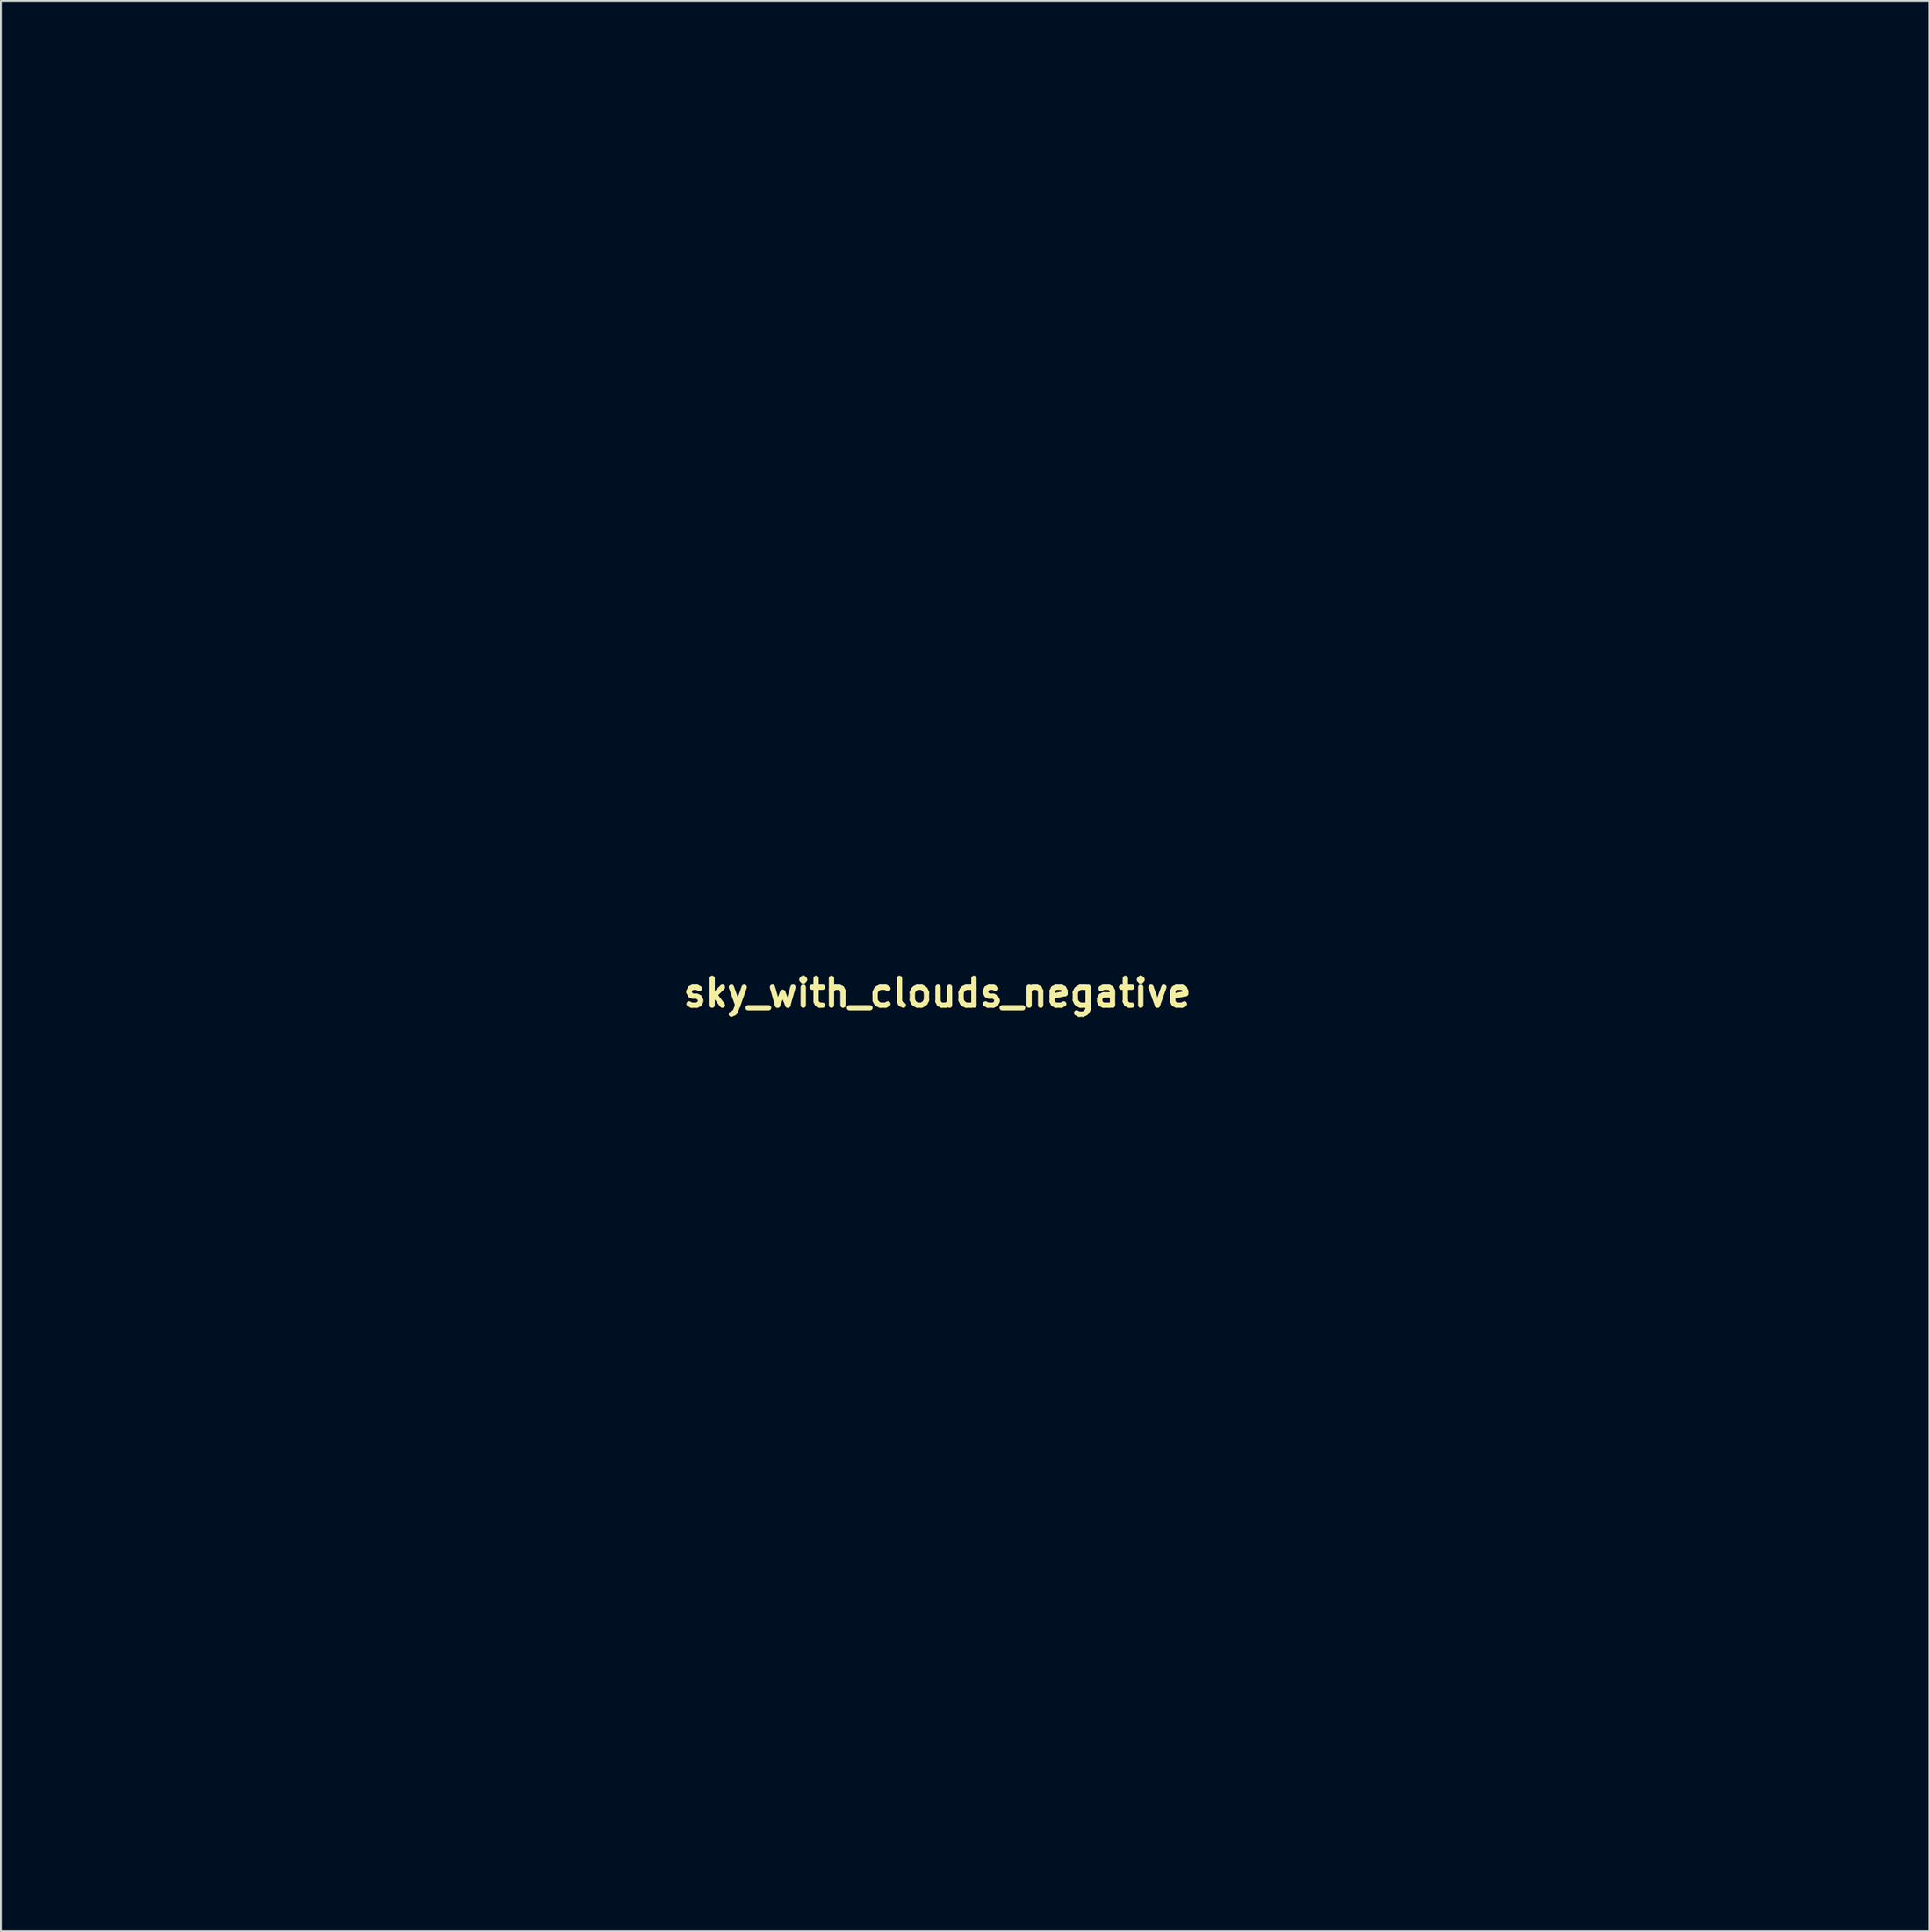
<source format=kicad_pcb>
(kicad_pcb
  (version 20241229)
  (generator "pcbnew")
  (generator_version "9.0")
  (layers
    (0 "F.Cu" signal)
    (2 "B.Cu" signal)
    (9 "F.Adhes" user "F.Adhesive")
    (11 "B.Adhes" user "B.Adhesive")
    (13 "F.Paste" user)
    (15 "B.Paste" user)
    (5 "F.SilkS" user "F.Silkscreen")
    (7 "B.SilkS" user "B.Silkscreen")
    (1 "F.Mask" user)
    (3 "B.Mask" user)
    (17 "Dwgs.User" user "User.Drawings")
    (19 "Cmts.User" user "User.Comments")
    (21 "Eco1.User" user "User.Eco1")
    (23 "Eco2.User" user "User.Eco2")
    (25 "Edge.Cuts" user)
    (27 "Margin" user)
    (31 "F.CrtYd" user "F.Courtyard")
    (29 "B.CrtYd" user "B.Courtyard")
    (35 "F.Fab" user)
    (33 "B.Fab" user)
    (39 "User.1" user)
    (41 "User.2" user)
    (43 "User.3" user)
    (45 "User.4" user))
  (footprint "sky_with_clouds_negative"
    (layer "F.Cu")
    (at 49.958 53.09)
    (property "Reference" "sky_with_clouds_negative" (at 0 0 0) (layer "F.SilkS") (effects (font (size 1.524 1.524) (thickness 0.3))))
    (attr through_hole)
    (fp_poly (pts (xy -47.127 -48.478) (xy -46.684 -48.343) (xy -46.266 -48.065) (xy -45.942 -47.745) (xy -45.746 -47.534) (xy -45.597 -47.384) (xy -45.527 -47.329) (xy -45.485 -47.401) (xy -45.438 -47.577) (xy -45.437 -47.58) (xy -45.328 -47.799) (xy -45.11 -47.9) (xy -44.78 -47.882) (xy -44.336 -47.746) (xy -43.774 -47.492) (xy -43.653 -47.43) (xy -43.076 -47.063) (xy -42.568 -46.613) (xy -42.171 -46.119) (xy -42.034 -45.884) (xy -41.903 -45.636) (xy -41.806 -45.514) (xy -41.702 -45.489) (xy -41.552 -45.537) (xy -41.529 -45.546) (xy -41.299 -45.557) (xy -41.129 -45.496) (xy -40.941 -45.351) (xy -40.709 -45.101) (xy -40.466 -44.791) (xy -40.249 -44.467) (xy -40.092 -44.172) (xy -40.083 -44.151) (xy -39.978 -43.715) (xy -40.001 -43.265) (xy -40.14 -42.845) (xy -40.383 -42.501) (xy -40.572 -42.349) (xy -40.796 -42.235) (xy -40.992 -42.216) (xy -41.183 -42.257) (xy -41.4 -42.301) (xy -41.541 -42.3) (xy -41.557 -42.291) (xy -41.588 -42.182) (xy -41.609 -41.961) (xy -41.613 -41.795) (xy -41.634 -41.488) (xy -41.718 -41.253) (xy -41.891 -41.003) (xy -42.28 -40.597) (xy -42.702 -40.309) (xy -43.127 -40.157) (xy -43.343 -40.138) (xy -43.67 -40.17) (xy -43.993 -40.242) (xy -44.056 -40.263) (xy -44.335 -40.401) (xy -44.616 -40.591) (xy -44.673 -40.638) (xy -44.857 -40.791) (xy -44.986 -40.883) (xy -45.013 -40.894) (xy -45.101 -40.843) (xy -45.266 -40.713) (xy -45.363 -40.63) (xy -45.515 -40.503) (xy -45.646 -40.428) (xy -45.804 -40.393) (xy -46.037 -40.39) (xy -46.39 -40.407) (xy -46.991 -40.484) (xy -47.669 -40.645) (xy -48.363 -40.871) (xy -49.015 -41.146) (xy -49.125 -41.2) (xy -49.397 -41.317) (xy -49.644 -41.39) (xy -49.739 -41.402) (xy -49.953 -41.402) (xy -49.953 -43.85) (xy -49.952 -44.598) (xy -49.946 -45.191) (xy -49.936 -45.643) (xy -49.921 -45.969) (xy -49.901 -46.185) (xy -49.874 -46.303) (xy -49.847 -46.337) (xy -49.784 -46.394) (xy -49.847 -46.488) (xy -49.915 -46.641) (xy -49.948 -46.879) (xy -49.949 -46.943) (xy -49.937 -47.125) (xy -49.887 -47.265) (xy -49.768 -47.403) (xy -49.552 -47.579) (xy -49.42 -47.678) (xy -48.928 -48.022) (xy -48.504 -48.257) (xy -48.107 -48.403) (xy -47.692 -48.48) (xy -47.63 -48.487) (xy -47.127 -48.478)) (stroke (width 0.01) (type solid)) (fill yes) (layer "F.Mask"))
    (fp_poly (pts (xy -49.897 -41.035) (xy -49.887 -40.935) (xy -49.897 -40.922) (xy -49.947 -40.934) (xy -49.953 -40.979) (xy -49.922 -41.048) (xy -49.897 -41.035)) (stroke (width 0.01) (type solid)) (fill no) (layer "Eco2.User"))
    (fp_poly (pts (xy 49.456 49.579) (xy 49.763 49.614) (xy 49.938 49.654) (xy 50.017 49.714) (xy 50.038 49.812) (xy 50.038 49.837) (xy 50.038 50.038) (xy 48.895 50.038) (xy 48.437 50.032) (xy 48.078 50.016) (xy 47.843 49.991) (xy 47.752 49.958) (xy 47.752 49.956) (xy 47.831 49.838) (xy 48.043 49.732) (xy 48.353 49.646) (xy 48.725 49.588) (xy 49.124 49.565) (xy 49.456 49.579)) (stroke (width 0.01) (type solid)) (fill no) (layer "Eco2.User"))
    (fp_poly (pts (xy -49.636 -1.4) (xy -49.046 -1.216) (xy -48.507 -0.905) (xy -48.053 -0.495) (xy -47.721 -0.011) (xy -47.667 0.104) (xy -47.562 0.389) (xy -47.512 0.658) (xy -47.508 0.986) (xy -47.518 1.161) (xy -47.529 1.459) (xy -47.524 1.678) (xy -47.503 1.776) (xy -47.498 1.778) (xy -47.404 1.722) (xy -47.286 1.609) (xy -47.058 1.462) (xy -46.793 1.47) (xy -46.502 1.627) (xy -46.197 1.925) (xy -45.891 2.358) (xy -45.87 2.394) (xy -45.68 2.732) (xy -45.567 2.999) (xy -45.509 3.261) (xy -45.486 3.551) (xy -45.525 4.095) (xy -45.695 4.537) (xy -45.989 4.869) (xy -46.399 5.084) (xy -46.805 5.164) (xy -47.286 5.207) (xy -47.286 5.6) (xy -47.341 5.969) (xy -47.52 6.251) (xy -47.844 6.481) (xy -47.863 6.491) (xy -48.091 6.576) (xy -48.43 6.667) (xy -48.825 6.751) (xy -49.219 6.817) (xy -49.554 6.854) (xy -49.664 6.858) (xy -49.953 6.858) (xy -49.953 -1.458) (xy -49.636 -1.4)) (stroke (width 0.01) (type solid)) (fill no) (layer "Eco2.User"))
    (fp_poly (pts (xy 44.22 47.316) (xy 44.618 47.456) (xy 45.1 47.707) (xy 45.636 48.051) (xy 46.199 48.471) (xy 46.62 48.823) (xy 46.884 49.061) (xy 47.045 49.231) (xy 47.126 49.374) (xy 47.156 49.53) (xy 47.159 49.667) (xy 47.159 50.038) (xy 42.206 50.038) (xy 41.167 50.038) (xy 40.285 50.037) (xy 39.546 50.036) (xy 38.938 50.033) (xy 38.448 50.028) (xy 38.064 50.021) (xy 37.773 50.012) (xy 37.561 49.999) (xy 37.417 49.983) (xy 37.326 49.962) (xy 37.277 49.937) (xy 37.257 49.908) (xy 37.253 49.872) (xy 37.253 49.866) (xy 37.3 49.657) (xy 37.425 49.359) (xy 37.604 49.02) (xy 37.813 48.687) (xy 37.976 48.466) (xy 38.339 48.113) (xy 38.773 47.841) (xy 39.239 47.663) (xy 39.7 47.591) (xy 40.117 47.637) (xy 40.295 47.707) (xy 40.473 47.823) (xy 40.578 47.973) (xy 40.63 48.202) (xy 40.647 48.542) (xy 40.654 48.788) (xy 40.671 48.885) (xy 40.709 48.851) (xy 40.753 48.759) (xy 40.861 48.574) (xy 41.036 48.324) (xy 41.184 48.134) (xy 41.635 47.715) (xy 42.187 47.42) (xy 42.821 47.252) (xy 43.517 47.218) (xy 44.22 47.316)) (stroke (width 0.01) (type solid)) (fill no) (layer "Eco2.User"))
    (fp_poly (pts (xy 13.883 -49.952) (xy 14.862 -49.949) (xy 15.683 -49.943) (xy 16.355 -49.935) (xy 16.883 -49.924) (xy 17.274 -49.911) (xy 17.535 -49.894) (xy 17.671 -49.875) (xy 17.695 -49.861) (xy 17.633 -49.676) (xy 17.465 -49.422) (xy 17.222 -49.131) (xy 16.933 -48.835) (xy 16.63 -48.566) (xy 16.342 -48.357) (xy 16.238 -48.297) (xy 15.858 -48.133) (xy 15.557 -48.094) (xy 15.293 -48.185) (xy 15.024 -48.411) (xy 14.968 -48.472) (xy 14.774 -48.673) (xy 14.62 -48.811) (xy 14.55 -48.853) (xy 14.505 -48.778) (xy 14.48 -48.59) (xy 14.478 -48.517) (xy 14.429 -48.157) (xy 14.298 -47.736) (xy 14.113 -47.323) (xy 13.923 -47.02) (xy 13.687 -46.802) (xy 13.327 -46.623) (xy 13.194 -46.575) (xy 12.905 -46.491) (xy 12.614 -46.438) (xy 12.283 -46.417) (xy 11.874 -46.424) (xy 11.348 -46.457) (xy 11.134 -46.475) (xy 10.683 -46.543) (xy 10.331 -46.682) (xy 10.011 -46.924) (xy 9.832 -47.104) (xy 9.686 -47.325) (xy 9.676 -47.556) (xy 9.676 -47.556) (xy 9.687 -47.832) (xy 9.581 -48.002) (xy 9.343 -48.08) (xy 9.154 -48.091) (xy 8.71 -48.169) (xy 8.329 -48.387) (xy 8.033 -48.719) (xy 7.846 -49.14) (xy 7.791 -49.551) (xy 7.789 -49.953) (xy 12.742 -49.953) (xy 13.883 -49.952)) (stroke (width 0.01) (type solid)) (fill no) (layer "Eco2.User"))
    (fp_poly (pts (xy -5.65 21.995) (xy -5.201 22.161) (xy -4.824 22.419) (xy -4.548 22.758) (xy -4.399 23.167) (xy -4.393 23.21) (xy -4.353 23.425) (xy -4.277 23.52) (xy -4.113 23.544) (xy -4.042 23.545) (xy -3.511 23.607) (xy -3.062 23.803) (xy -2.677 24.124) (xy -2.336 24.59) (xy -2.107 25.143) (xy -1.997 25.741) (xy -2.012 26.341) (xy -2.159 26.9) (xy -2.223 27.04) (xy -2.588 27.639) (xy -3 28.091) (xy -3.401 28.364) (xy -3.739 28.487) (xy -4.005 28.469) (xy -4.228 28.303) (xy -4.333 28.163) (xy -4.483 27.984) (xy -4.597 27.965) (xy -4.68 28.11) (xy -4.734 28.419) (xy -4.735 28.426) (xy -4.869 29.025) (xy -5.134 29.524) (xy -5.527 29.914) (xy -5.59 29.958) (xy -5.908 30.129) (xy -6.251 30.215) (xy -6.657 30.219) (xy -7.164 30.144) (xy -7.335 30.109) (xy -7.845 29.958) (xy -8.206 29.757) (xy -8.431 29.49) (xy -8.537 29.144) (xy -8.549 28.99) (xy -8.561 28.582) (xy -8.9 28.535) (xy -9.283 28.445) (xy -9.555 28.276) (xy -9.768 27.995) (xy -9.808 27.923) (xy -9.923 27.649) (xy -9.981 27.342) (xy -9.995 26.962) (xy -9.984 26.629) (xy -9.941 26.359) (xy -9.848 26.086) (xy -9.688 25.739) (xy -9.675 25.713) (xy -9.413 25.258) (xy -9.161 24.972) (xy -8.917 24.854) (xy -8.693 24.896) (xy -8.548 24.966) (xy -8.494 24.984) (xy -8.473 24.906) (xy -8.447 24.698) (xy -8.422 24.399) (xy -8.414 24.281) (xy -8.312 23.599) (xy -8.095 23.037) (xy -7.757 22.585) (xy -7.292 22.233) (xy -7.146 22.154) (xy -6.65 21.98) (xy -6.142 21.931) (xy -5.65 21.995)) (stroke (width 0.01) (type solid)) (fill no) (layer "Eco2.User"))
    (fp_poly (pts (xy -25.968 -36.166) (xy -25.464 -35.953) (xy -25.021 -35.599) (xy -24.701 -35.21) (xy -24.495 -34.78) (xy -24.386 -34.265) (xy -24.359 -33.868) (xy -24.339 -33.494) (xy -24.297 -33.274) (xy -24.225 -33.194) (xy -24.118 -33.24) (xy -24.065 -33.289) (xy -23.903 -33.348) (xy -23.699 -33.268) (xy -23.475 -33.069) (xy -23.248 -32.77) (xy -23.038 -32.391) (xy -22.945 -32.176) (xy -22.784 -31.608) (xy -22.747 -31.072) (xy -22.828 -30.589) (xy -23.019 -30.181) (xy -23.311 -29.87) (xy -23.697 -29.676) (xy -23.862 -29.639) (xy -24.047 -29.6) (xy -24.142 -29.529) (xy -24.182 -29.377) (xy -24.199 -29.167) (xy -24.289 -28.765) (xy -24.509 -28.45) (xy -24.865 -28.216) (xy -25.363 -28.06) (xy -25.955 -27.981) (xy -26.316 -27.961) (xy -26.573 -27.971) (xy -26.786 -28.021) (xy -27.019 -28.119) (xy -27.051 -28.134) (xy -27.387 -28.348) (xy -27.636 -28.64) (xy -27.819 -29.04) (xy -27.948 -29.549) (xy -28.013 -29.843) (xy -28.078 -30.072) (xy -28.126 -30.18) (xy -28.223 -30.177) (xy -28.385 -30.051) (xy -28.444 -29.99) (xy -28.734 -29.773) (xy -29.051 -29.72) (xy -29.39 -29.829) (xy -29.745 -30.098) (xy -30.074 -30.48) (xy -30.354 -30.87) (xy -30.543 -31.176) (xy -30.657 -31.444) (xy -30.714 -31.719) (xy -30.733 -32.046) (xy -30.734 -32.163) (xy -30.699 -32.752) (xy -30.584 -33.233) (xy -30.37 -33.653) (xy -30.038 -34.061) (xy -30.027 -34.072) (xy -29.791 -34.311) (xy -29.609 -34.454) (xy -29.427 -34.531) (xy -29.187 -34.574) (xy -29.083 -34.585) (xy -28.735 -34.627) (xy -28.522 -34.67) (xy -28.411 -34.73) (xy -28.37 -34.826) (xy -28.363 -34.952) (xy -28.284 -35.296) (xy -28.064 -35.615) (xy -27.733 -35.888) (xy -27.32 -36.094) (xy -26.854 -36.214) (xy -26.549 -36.235) (xy -25.968 -36.166)) (stroke (width 0.01) (type solid)) (fill no) (layer "Eco2.User"))
    (fp_poly (pts (xy 37.399 30.002) (xy 38.192 30.149) (xy 38.913 30.418) (xy 39.537 30.804) (xy 39.624 30.874) (xy 39.911 31.201) (xy 40.109 31.599) (xy 40.204 32.021) (xy 40.186 32.422) (xy 40.09 32.681) (xy 39.983 32.909) (xy 39.991 33.013) (xy 40.117 32.995) (xy 40.358 32.854) (xy 40.484 32.766) (xy 40.712 32.619) (xy 40.903 32.528) (xy 40.97 32.514) (xy 41.187 32.578) (xy 41.469 32.746) (xy 41.778 32.99) (xy 42.076 33.281) (xy 42.247 33.483) (xy 42.451 33.763) (xy 42.569 33.984) (xy 42.629 34.215) (xy 42.657 34.502) (xy 42.666 34.821) (xy 42.637 35.035) (xy 42.556 35.21) (xy 42.496 35.297) (xy 42.163 35.609) (xy 41.718 35.813) (xy 41.188 35.898) (xy 41.1 35.9) (xy 40.739 35.914) (xy 40.521 35.964) (xy 40.42 36.066) (xy 40.412 36.235) (xy 40.427 36.315) (xy 40.424 36.576) (xy 40.288 36.795) (xy 40.01 36.979) (xy 39.583 37.13) (xy 38.998 37.253) (xy 38.725 37.295) (xy 37.874 37.388) (xy 37.153 37.409) (xy 36.536 37.356) (xy 35.998 37.229) (xy 35.983 37.224) (xy 35.649 37.097) (xy 35.336 36.95) (xy 35.147 36.838) (xy 34.921 36.615) (xy 34.731 36.32) (xy 34.604 36.009) (xy 34.57 35.739) (xy 34.579 35.686) (xy 34.595 35.439) (xy 34.517 35.271) (xy 34.395 35.221) (xy 34.267 35.28) (xy 34.081 35.43) (xy 33.951 35.56) (xy 33.746 35.763) (xy 33.573 35.864) (xy 33.363 35.897) (xy 33.258 35.899) (xy 32.67 35.82) (xy 32.063 35.591) (xy 31.462 35.228) (xy 30.894 34.743) (xy 30.747 34.59) (xy 30.55 34.364) (xy 30.445 34.185) (xy 30.403 33.979) (xy 30.395 33.695) (xy 30.433 33.241) (xy 30.564 32.862) (xy 30.812 32.499) (xy 30.975 32.318) (xy 31.366 31.983) (xy 31.819 31.745) (xy 32.364 31.591) (xy 33.033 31.509) (xy 33.101 31.505) (xy 33.987 31.454) (xy 34.043 31.179) (xy 34.11 30.952) (xy 34.193 30.791) (xy 34.193 30.791) (xy 34.39 30.629) (xy 34.703 30.454) (xy 35.085 30.287) (xy 35.485 30.152) (xy 35.706 30.097) (xy 36.562 29.983) (xy 37.399 30.002)) (stroke (width 0.01) (type solid)) (fill no) (layer "Eco2.User"))
    (fp_poly (pts (xy 11.972 20.35) (xy 12.711 20.454) (xy 13.31 20.649) (xy 13.589 20.802) (xy 13.873 21.013) (xy 14.04 21.215) (xy 14.13 21.46) (xy 14.14 21.505) (xy 14.167 21.6) (xy 14.222 21.663) (xy 14.338 21.705) (xy 14.545 21.734) (xy 14.876 21.76) (xy 15.08 21.773) (xy 15.745 21.848) (xy 16.289 21.991) (xy 16.748 22.217) (xy 17.16 22.539) (xy 17.174 22.551) (xy 17.483 22.92) (xy 17.709 23.347) (xy 17.841 23.79) (xy 17.867 24.21) (xy 17.774 24.565) (xy 17.766 24.58) (xy 17.553 24.868) (xy 17.224 25.184) (xy 16.82 25.498) (xy 16.383 25.778) (xy 15.956 25.994) (xy 15.744 26.073) (xy 15.296 26.196) (xy 14.958 26.235) (xy 14.687 26.18) (xy 14.442 26.025) (xy 14.182 25.76) (xy 14.176 25.753) (xy 13.952 25.546) (xy 13.786 25.498) (xy 13.679 25.609) (xy 13.633 25.877) (xy 13.631 25.956) (xy 13.561 26.448) (xy 13.346 26.864) (xy 12.982 27.209) (xy 12.467 27.488) (xy 12.197 27.589) (xy 11.765 27.69) (xy 11.245 27.75) (xy 10.704 27.766) (xy 10.211 27.734) (xy 9.948 27.686) (xy 9.7 27.643) (xy 9.393 27.615) (xy 9.305 27.611) (xy 8.873 27.533) (xy 8.374 27.326) (xy 8.093 27.179) (xy 7.931 27.07) (xy 7.855 26.961) (xy 7.831 26.813) (xy 7.829 26.695) (xy 7.812 26.458) (xy 7.773 26.297) (xy 7.758 26.272) (xy 7.64 26.236) (xy 7.416 26.22) (xy 7.275 26.222) (xy 6.763 26.181) (xy 6.301 26.024) (xy 5.922 25.769) (xy 5.658 25.435) (xy 5.587 25.27) (xy 5.543 24.885) (xy 5.632 24.456) (xy 5.836 24.014) (xy 6.138 23.596) (xy 6.52 23.234) (xy 6.696 23.109) (xy 7.042 22.925) (xy 7.329 22.875) (xy 7.602 22.958) (xy 7.833 23.115) (xy 8.026 23.256) (xy 8.158 23.332) (xy 8.189 23.335) (xy 8.186 23.241) (xy 8.136 23.044) (xy 8.098 22.925) (xy 8.023 22.454) (xy 8.099 21.979) (xy 8.313 21.534) (xy 8.652 21.156) (xy 8.784 21.056) (xy 9.273 20.752) (xy 9.74 20.544) (xy 10.24 20.416) (xy 10.828 20.35) (xy 11.091 20.337) (xy 11.972 20.35)) (stroke (width 0.01) (type solid)) (fill no) (layer "Eco2.User"))
    (fp_poly (pts (xy -17.493 -49.955) (xy -16.502 -49.953) (xy -15.641 -49.95) (xy -14.901 -49.944) (xy -14.273 -49.935) (xy -13.751 -49.923) (xy -13.325 -49.907) (xy -12.988 -49.887) (xy -12.732 -49.861) (xy -12.548 -49.83) (xy -12.429 -49.793) (xy -12.366 -49.749) (xy -12.352 -49.698) (xy -12.378 -49.64) (xy -12.436 -49.573) (xy -12.519 -49.497) (xy -12.618 -49.412) (xy -12.725 -49.317) (xy -12.765 -49.279) (xy -13.145 -48.973) (xy -13.596 -48.73) (xy -14.138 -48.541) (xy -14.794 -48.402) (xy -15.582 -48.306) (xy -16.118 -48.266) (xy -16.691 -48.236) (xy -17.12 -48.225) (xy -17.429 -48.233) (xy -17.641 -48.264) (xy -17.781 -48.318) (xy -17.872 -48.396) (xy -18.024 -48.499) (xy -18.199 -48.46) (xy -18.414 -48.271) (xy -18.557 -48.095) (xy -18.956 -47.692) (xy -19.362 -47.444) (xy -19.555 -47.352) (xy -19.724 -47.287) (xy -19.902 -47.245) (xy -20.124 -47.221) (xy -20.425 -47.211) (xy -20.839 -47.21) (xy -21.167 -47.211) (xy -22.114 -47.246) (xy -22.911 -47.334) (xy -23.555 -47.476) (xy -24.043 -47.67) (xy -24.374 -47.917) (xy -24.519 -48.138) (xy -24.644 -48.354) (xy -24.783 -48.412) (xy -24.953 -48.312) (xy -25.114 -48.127) (xy -25.458 -47.804) (xy -25.945 -47.537) (xy -26.556 -47.337) (xy -26.813 -47.281) (xy -27.437 -47.188) (xy -27.962 -47.175) (xy -28.438 -47.244) (xy -28.871 -47.382) (xy -29.222 -47.514) (xy -29.573 -47.64) (xy -29.803 -47.718) (xy -30.337 -47.93) (xy -30.708 -48.172) (xy -30.92 -48.449) (xy -30.946 -48.514) (xy -31.013 -48.681) (xy -31.103 -48.777) (xy -31.264 -48.831) (xy -31.546 -48.872) (xy -32.137 -48.991) (xy -32.651 -49.186) (xy -33.06 -49.442) (xy -33.336 -49.745) (xy -33.364 -49.793) (xy -33.373 -49.817) (xy -33.368 -49.838) (xy -33.341 -49.857) (xy -33.283 -49.873) (xy -33.185 -49.888) (xy -33.038 -49.901) (xy -32.834 -49.912) (xy -32.564 -49.921) (xy -32.219 -49.929) (xy -31.791 -49.935) (xy -31.271 -49.941) (xy -30.65 -49.945) (xy -29.92 -49.948) (xy -29.072 -49.95) (xy -28.098 -49.952) (xy -26.988 -49.953) (xy -25.734 -49.953) (xy -24.327 -49.953) (xy -22.905 -49.953) (xy -21.318 -49.954) (xy -19.893 -49.954) (xy -18.62 -49.955) (xy -17.493 -49.955)) (stroke (width 0.01) (type solid)) (fill no) (layer "Eco2.User"))
    (fp_poly (pts (xy -42.789 15.665) (xy -42.287 15.854) (xy -41.806 16.184) (xy -41.349 16.627) (xy -40.793 17.23) (xy -40.851 16.792) (xy -40.877 16.529) (xy -40.86 16.381) (xy -40.786 16.293) (xy -40.72 16.253) (xy -40.459 16.194) (xy -40.084 16.219) (xy -39.623 16.32) (xy -39.103 16.49) (xy -38.552 16.722) (xy -38.054 16.976) (xy -37.587 17.298) (xy -37.092 17.754) (xy -36.595 18.318) (xy -36.481 18.464) (xy -36.338 18.641) (xy -36.246 18.699) (xy -36.152 18.656) (xy -36.082 18.595) (xy -35.905 18.493) (xy -35.703 18.497) (xy -35.455 18.616) (xy -35.143 18.858) (xy -34.875 19.106) (xy -34.505 19.487) (xy -34.256 19.811) (xy -34.109 20.112) (xy -34.044 20.426) (xy -34.036 20.612) (xy -34.078 21.007) (xy -34.223 21.326) (xy -34.494 21.614) (xy -34.673 21.751) (xy -35.072 22.038) (xy -35.514 21.899) (xy -35.836 21.801) (xy -36.025 21.773) (xy -36.113 21.834) (xy -36.128 22.005) (xy -36.103 22.294) (xy -36.048 22.83) (xy -36.46 23.185) (xy -36.777 23.427) (xy -37.148 23.668) (xy -37.373 23.793) (xy -37.833 23.975) (xy -38.281 24.036) (xy -38.767 23.978) (xy -39.144 23.872) (xy -39.459 23.748) (xy -39.745 23.599) (xy -39.884 23.503) (xy -40.158 23.304) (xy -40.374 23.237) (xy -40.578 23.298) (xy -40.757 23.433) (xy -40.959 23.581) (xy -41.185 23.67) (xy -41.5 23.722) (xy -41.598 23.732) (xy -42.157 23.736) (xy -42.829 23.662) (xy -43.582 23.516) (xy -44.382 23.304) (xy -45.196 23.035) (xy -45.486 22.925) (xy -45.832 22.797) (xy -46.059 22.736) (xy -46.198 22.736) (xy -46.26 22.767) (xy -46.344 22.924) (xy -46.341 23.015) (xy -46.371 23.178) (xy -46.484 23.327) (xy -46.581 23.398) (xy -46.707 23.445) (xy -46.896 23.471) (xy -47.182 23.483) (xy -47.599 23.482) (xy -47.677 23.482) (xy -48.344 23.455) (xy -48.94 23.393) (xy -49.32 23.322) (xy -49.953 23.173) (xy -49.953 17.465) (xy -49.401 17.284) (xy -48.793 17.137) (xy -48.208 17.113) (xy -47.605 17.216) (xy -46.943 17.45) (xy -46.887 17.474) (xy -46.572 17.611) (xy -46.59 17.3) (xy -46.587 17.117) (xy -46.532 16.976) (xy -46.392 16.828) (xy -46.186 16.661) (xy -45.622 16.287) (xy -44.994 15.973) (xy -44.364 15.747) (xy -43.984 15.662) (xy -43.344 15.605) (xy -42.789 15.665)) (stroke (width 0.01) (type solid)) (fill no) (layer "Eco2.User"))
    (fp_poly (pts (xy 45.444 -28.255) (xy 45.864 -28.125) (xy 46.266 -27.948) (xy 46.372 -27.89) (xy 46.581 -27.743) (xy 46.866 -27.511) (xy 47.183 -27.228) (xy 47.403 -27.019) (xy 47.728 -26.687) (xy 47.945 -26.433) (xy 48.074 -26.231) (xy 48.136 -26.049) (xy 48.138 -26.04) (xy 48.221 -25.787) (xy 48.362 -25.68) (xy 48.586 -25.708) (xy 48.755 -25.778) (xy 49.021 -25.872) (xy 49.359 -25.946) (xy 49.551 -25.971) (xy 50.038 -26.016) (xy 50.038 -22.427) (xy 50.038 -18.838) (xy 49.382 -18.542) (xy 49.004 -18.383) (xy 48.691 -18.29) (xy 48.36 -18.243) (xy 48.006 -18.225) (xy 47.605 -18.228) (xy 47.251 -18.257) (xy 47.004 -18.306) (xy 46.993 -18.31) (xy 46.745 -18.456) (xy 46.651 -18.627) (xy 46.596 -18.761) (xy 46.479 -18.83) (xy 46.249 -18.861) (xy 46.217 -18.864) (xy 45.939 -18.852) (xy 45.578 -18.799) (xy 45.211 -18.715) (xy 45.204 -18.713) (xy 44.806 -18.625) (xy 44.274 -18.544) (xy 43.643 -18.474) (xy 43.2 -18.438) (xy 42.366 -18.394) (xy 41.671 -18.399) (xy 41.088 -18.459) (xy 40.592 -18.58) (xy 40.157 -18.768) (xy 39.758 -19.03) (xy 39.381 -19.358) (xy 39.148 -19.591) (xy 39.015 -19.753) (xy 38.959 -19.89) (xy 38.958 -20.048) (xy 38.97 -20.152) (xy 39.032 -20.412) (xy 39.126 -20.618) (xy 39.151 -20.651) (xy 39.259 -20.828) (xy 39.278 -20.988) (xy 39.206 -21.077) (xy 39.171 -21.082) (xy 39.014 -21.055) (xy 38.799 -20.992) (xy 38.467 -20.959) (xy 38.151 -21.072) (xy 37.897 -21.31) (xy 37.818 -21.444) (xy 37.719 -21.79) (xy 37.683 -22.231) (xy 37.711 -22.707) (xy 37.802 -23.156) (xy 37.831 -23.247) (xy 38.048 -23.718) (xy 38.352 -24.161) (xy 38.713 -24.548) (xy 39.101 -24.848) (xy 39.486 -25.033) (xy 39.707 -25.077) (xy 39.944 -25.105) (xy 40.069 -25.171) (xy 40.137 -25.316) (xy 40.16 -25.4) (xy 40.386 -26.103) (xy 40.676 -26.725) (xy 41.015 -27.243) (xy 41.388 -27.633) (xy 41.663 -27.817) (xy 42.049 -27.937) (xy 42.416 -27.904) (xy 42.734 -27.721) (xy 42.763 -27.693) (xy 42.92 -27.505) (xy 43.005 -27.344) (xy 43.011 -27.312) (xy 43.048 -27.193) (xy 43.164 -27.217) (xy 43.361 -27.384) (xy 43.491 -27.521) (xy 43.877 -27.874) (xy 44.312 -28.151) (xy 44.738 -28.313) (xy 44.766 -28.319) (xy 45.06 -28.325) (xy 45.444 -28.255)) (stroke (width 0.01) (type solid)) (fill no) (layer "Eco2.User"))
    (fp_poly (pts (xy -43.833 32.151) (xy -43.13 32.34) (xy -42.5 32.664) (xy -42.468 32.685) (xy -42.183 32.873) (xy -42.001 32.976) (xy -41.888 33.004) (xy -41.809 32.968) (xy -41.743 32.895) (xy -41.534 32.767) (xy -41.195 32.709) (xy -40.749 32.718) (xy -40.22 32.794) (xy -39.631 32.934) (xy -39.062 33.115) (xy -38.646 33.278) (xy -38.342 33.434) (xy -38.097 33.615) (xy -37.944 33.762) (xy -37.734 33.968) (xy -37.593 34.069) (xy -37.479 34.084) (xy -37.368 34.046) (xy -37.015 33.959) (xy -36.612 34.004) (xy -36.136 34.185) (xy -36.08 34.213) (xy -35.623 34.494) (xy -35.306 34.822) (xy -35.102 35.231) (xy -35.047 35.417) (xy -34.974 35.661) (xy -34.901 35.766) (xy -34.81 35.764) (xy -34.808 35.764) (xy -34.393 35.672) (xy -33.887 35.722) (xy -33.289 35.913) (xy -32.851 36.114) (xy -32.421 36.386) (xy -32.15 36.694) (xy -32.034 37.016) (xy -32.049 37.392) (xy -32.222 37.715) (xy -32.55 37.984) (xy -33.027 38.196) (xy -33.651 38.348) (xy -34.289 38.428) (xy -34.617 38.46) (xy -34.818 38.5) (xy -34.935 38.564) (xy -35.012 38.668) (xy -35.038 38.721) (xy -35.181 38.887) (xy -35.433 39.071) (xy -35.743 39.246) (xy -36.057 39.382) (xy -36.324 39.451) (xy -36.38 39.455) (xy -36.6 39.485) (xy -36.797 39.543) (xy -37.775 39.825) (xy -38.793 39.949) (xy -39.833 39.914) (xy -40.875 39.721) (xy -41.444 39.546) (xy -41.948 39.3) (xy -42.266 39.03) (xy -42.456 38.842) (xy -42.609 38.72) (xy -42.668 38.693) (xy -42.755 38.762) (xy -42.868 38.936) (xy -42.904 39.008) (xy -43.034 39.203) (xy -43.236 39.365) (xy -43.535 39.505) (xy -43.955 39.636) (xy -44.488 39.761) (xy -44.801 39.809) (xy -45.246 39.85) (xy -45.782 39.883) (xy -46.371 39.908) (xy -46.975 39.923) (xy -47.554 39.927) (xy -48.071 39.918) (xy -48.485 39.896) (xy -48.56 39.889) (xy -48.879 39.835) (xy -49.162 39.752) (xy -49.298 39.688) (xy -49.53 39.58) (xy -49.739 39.539) (xy -49.953 39.539) (xy -49.953 36.407) (xy -49.953 35.597) (xy -49.952 34.94) (xy -49.949 34.42) (xy -49.943 34.022) (xy -49.934 33.728) (xy -49.92 33.524) (xy -49.9 33.392) (xy -49.874 33.318) (xy -49.841 33.284) (xy -49.8 33.274) (xy -49.78 33.274) (xy -49.532 33.33) (xy -49.221 33.478) (xy -48.9 33.692) (xy -48.826 33.751) (xy -48.588 33.949) (xy -48.129 33.453) (xy -47.528 32.927) (xy -46.818 32.524) (xy -46.013 32.249) (xy -45.126 32.108) (xy -44.632 32.089) (xy -43.833 32.151)) (stroke (width 0.01) (type solid)) (fill no) (layer "Eco2.User"))
    (fp_poly (pts (xy -28.101 -10.221) (xy -27.709 -10.156) (xy -27.355 -10.025) (xy -27.015 -9.809) (xy -26.661 -9.491) (xy -26.269 -9.052) (xy -26.006 -8.724) (xy -25.91 -8.616) (xy -25.812 -8.573) (xy -25.677 -8.602) (xy -25.471 -8.71) (xy -25.164 -8.902) (xy -24.785 -9.049) (xy -24.337 -9.073) (xy -23.867 -8.973) (xy -23.654 -8.885) (xy -23.24 -8.62) (xy -22.769 -8.199) (xy -22.243 -7.625) (xy -21.666 -6.9) (xy -21.227 -6.298) (xy -21.022 -6.031) (xy -20.841 -5.871) (xy -20.633 -5.777) (xy -20.527 -5.747) (xy -20.142 -5.579) (xy -19.929 -5.391) (xy -19.802 -5.216) (xy -19.743 -5.042) (xy -19.735 -4.8) (xy -19.744 -4.647) (xy -19.852 -4.141) (xy -20.083 -3.712) (xy -20.421 -3.391) (xy -20.553 -3.313) (xy -21.106 -3.065) (xy -21.694 -2.858) (xy -22.288 -2.698) (xy -22.857 -2.59) (xy -23.372 -2.539) (xy -23.803 -2.551) (xy -24.12 -2.631) (xy -24.184 -2.667) (xy -24.412 -2.817) (xy -24.783 -2.387) (xy -25.163 -1.995) (xy -25.541 -1.725) (xy -25.955 -1.562) (xy -26.439 -1.494) (xy -27.031 -1.51) (xy -27.263 -1.532) (xy -28.039 -1.645) (xy -28.654 -1.8) (xy -29.11 -1.997) (xy -29.41 -2.239) (xy -29.537 -2.458) (xy -29.609 -2.632) (xy -29.664 -2.709) (xy -29.666 -2.709) (xy -29.741 -2.654) (xy -29.903 -2.507) (xy -30.119 -2.297) (xy -30.166 -2.251) (xy -30.498 -1.952) (xy -30.804 -1.76) (xy -31.081 -1.654) (xy -31.635 -1.516) (xy -32.093 -1.473) (xy -32.501 -1.524) (xy -32.724 -1.594) (xy -33.009 -1.712) (xy -33.37 -1.879) (xy -33.735 -2.06) (xy -33.782 -2.084) (xy -34.115 -2.269) (xy -34.333 -2.423) (xy -34.477 -2.582) (xy -34.586 -2.778) (xy -34.753 -3.051) (xy -34.939 -3.176) (xy -34.967 -3.182) (xy -35.609 -3.36) (xy -36.098 -3.606) (xy -36.434 -3.921) (xy -36.619 -4.306) (xy -36.661 -4.639) (xy -36.585 -5.015) (xy -36.38 -5.399) (xy -36.08 -5.751) (xy -35.72 -6.034) (xy -35.334 -6.209) (xy -35.233 -6.232) (xy -34.971 -6.297) (xy -34.808 -6.403) (xy -34.704 -6.594) (xy -34.625 -6.874) (xy -34.506 -7.21) (xy -34.301 -7.52) (xy -34.125 -7.717) (xy -33.896 -7.941) (xy -33.722 -8.066) (xy -33.549 -8.12) (xy -33.353 -8.131) (xy -33.108 -8.149) (xy -32.947 -8.224) (xy -32.798 -8.396) (xy -32.752 -8.461) (xy -32.384 -8.868) (xy -31.917 -9.198) (xy -31.395 -9.429) (xy -30.862 -9.54) (xy -30.521 -9.536) (xy -30.259 -9.512) (xy -30.075 -9.53) (xy -29.904 -9.611) (xy -29.681 -9.776) (xy -29.628 -9.817) (xy -29.272 -10.058) (xy -28.921 -10.195) (xy -28.518 -10.241) (xy -28.101 -10.221)) (stroke (width 0.01) (type solid)) (fill no) (layer "Eco2.User"))
    (fp_poly (pts (xy 7.406 -0.796) (xy 7.869 -0.64) (xy 8.31 -0.367) (xy 8.69 0.001) (xy 8.772 0.108) (xy 9.09 0.55) (xy 9.163 0.254) (xy 9.322 -0.094) (xy 9.58 -0.319) (xy 9.914 -0.414) (xy 10.3 -0.369) (xy 10.623 -0.23) (xy 11.042 0.097) (xy 11.408 0.577) (xy 11.725 1.212) (xy 11.993 2.007) (xy 12.017 2.095) (xy 12.086 2.318) (xy 12.171 2.419) (xy 12.324 2.444) (xy 12.446 2.441) (xy 12.822 2.508) (xy 13.213 2.734) (xy 13.608 3.107) (xy 13.821 3.371) (xy 14.126 3.818) (xy 14.325 4.204) (xy 14.433 4.583) (xy 14.47 5.008) (xy 14.465 5.3) (xy 14.446 5.655) (xy 14.414 5.889) (xy 14.356 6.049) (xy 14.258 6.183) (xy 14.181 6.263) (xy 13.947 6.446) (xy 13.689 6.525) (xy 13.355 6.51) (xy 13.187 6.48) (xy 12.958 6.458) (xy 12.872 6.52) (xy 12.924 6.673) (xy 13.039 6.835) (xy 13.18 7.149) (xy 13.208 7.429) (xy 13.19 7.681) (xy 13.112 7.864) (xy 12.939 8.055) (xy 12.89 8.1) (xy 12.295 8.559) (xy 11.651 8.879) (xy 10.938 9.066) (xy 10.135 9.127) (xy 9.663 9.111) (xy 8.554 9.011) (xy 7.48 8.86) (xy 7.239 8.818) (xy 6.689 8.722) (xy 6.282 8.653) (xy 5.993 8.609) (xy 5.8 8.587) (xy 5.677 8.586) (xy 5.602 8.602) (xy 5.55 8.633) (xy 5.537 8.643) (xy 5.441 8.802) (xy 5.419 8.934) (xy 5.396 9.063) (xy 5.309 9.153) (xy 5.133 9.214) (xy 4.84 9.253) (xy 4.404 9.281) (xy 4.403 9.281) (xy 4.019 9.293) (xy 3.735 9.275) (xy 3.485 9.219) (xy 3.2 9.114) (xy 3.14 9.089) (xy 2.579 8.794) (xy 2.165 8.447) (xy 1.902 8.055) (xy 1.797 7.625) (xy 1.854 7.167) (xy 1.857 7.158) (xy 1.954 6.792) (xy 1.976 6.557) (xy 1.921 6.428) (xy 1.785 6.384) (xy 1.778 6.383) (xy 1.572 6.371) (xy 1.463 6.362) (xy 1.331 6.266) (xy 1.208 6.028) (xy 1.1 5.674) (xy 1.014 5.23) (xy 0.956 4.724) (xy 0.932 4.183) (xy 0.931 4.118) (xy 1.005 3.356) (xy 1.219 2.634) (xy 1.49 2.104) (xy 1.789 1.776) (xy 2.173 1.583) (xy 2.619 1.529) (xy 3.1 1.62) (xy 3.29 1.695) (xy 3.607 1.824) (xy 3.81 1.857) (xy 3.93 1.785) (xy 3.997 1.6) (xy 4.015 1.504) (xy 4.056 1.332) (xy 4.133 1.17) (xy 4.269 0.987) (xy 4.488 0.753) (xy 4.806 0.442) (xy 5.437 -0.104) (xy 6.029 -0.494) (xy 6.594 -0.735) (xy 6.964 -0.816) (xy 7.406 -0.796)) (stroke (width 0.01) (type solid)) (fill no) (layer "Eco2.User"))
    (fp_poly (pts (xy -31.905 -24.511) (xy -31.297 -24.377) (xy -30.709 -24.097) (xy -30.12 -23.661) (xy -30.064 -23.611) (xy -29.797 -23.357) (xy -29.644 -23.165) (xy -29.582 -23.002) (xy -29.577 -22.933) (xy -29.577 -22.69) (xy -29.025 -22.898) (xy -28.711 -23.004) (xy -28.43 -23.079) (xy -28.251 -23.106) (xy -27.764 -23.025) (xy -27.297 -22.798) (xy -26.881 -22.449) (xy -26.545 -22.001) (xy -26.372 -21.637) (xy -26.251 -21.287) (xy -26.202 -21.044) (xy -26.22 -20.862) (xy -26.305 -20.694) (xy -26.323 -20.667) (xy -26.384 -20.565) (xy -26.386 -20.473) (xy -26.312 -20.356) (xy -26.142 -20.18) (xy -25.991 -20.035) (xy -25.663 -19.671) (xy -25.482 -19.325) (xy -25.434 -18.957) (xy -25.502 -18.551) (xy -25.686 -18.106) (xy -25.994 -17.722) (xy -26.442 -17.381) (xy -26.822 -17.172) (xy -27.647 -16.849) (xy -28.487 -16.691) (xy -28.908 -16.671) (xy -29.261 -16.697) (xy -29.561 -16.767) (xy -29.768 -16.869) (xy -29.842 -16.975) (xy -29.866 -17.145) (xy -29.873 -17.179) (xy -29.904 -17.342) (xy -29.905 -17.348) (xy -29.955 -17.418) (xy -30.094 -17.416) (xy -30.34 -17.336) (xy -30.687 -17.188) (xy -31.464 -16.871) (xy -32.188 -16.643) (xy -32.846 -16.507) (xy -33.419 -16.465) (xy -33.893 -16.517) (xy -34.252 -16.668) (xy -34.348 -16.743) (xy -34.524 -16.882) (xy -34.677 -16.907) (xy -34.856 -16.813) (xy -35.014 -16.685) (xy -35.409 -16.417) (xy -35.84 -16.244) (xy -36.267 -16.173) (xy -36.649 -16.213) (xy -36.868 -16.311) (xy -37.073 -16.447) (xy -37.338 -16.621) (xy -37.461 -16.702) (xy -37.707 -16.879) (xy -37.912 -17.055) (xy -37.978 -17.125) (xy -38.098 -17.393) (xy -38.118 -17.737) (xy -38.041 -18.074) (xy -37.989 -18.261) (xy -38.031 -18.349) (xy -38.189 -18.351) (xy -38.43 -18.296) (xy -38.692 -18.241) (xy -38.887 -18.255) (xy -39.105 -18.345) (xy -39.126 -18.356) (xy -39.455 -18.595) (xy -39.665 -18.922) (xy -39.764 -19.359) (xy -39.776 -19.634) (xy -39.753 -20.019) (xy -39.673 -20.331) (xy -39.514 -20.613) (xy -39.252 -20.905) (xy -38.921 -21.201) (xy -38.637 -21.435) (xy -38.44 -21.572) (xy -38.29 -21.634) (xy -38.15 -21.639) (xy -38.082 -21.629) (xy -37.922 -21.611) (xy -37.806 -21.65) (xy -37.691 -21.777) (xy -37.54 -22.011) (xy -37.038 -22.667) (xy -36.4 -23.221) (xy -35.787 -23.594) (xy -35.299 -23.813) (xy -34.877 -23.934) (xy -34.536 -23.958) (xy -34.294 -23.885) (xy -34.165 -23.715) (xy -34.149 -23.597) (xy -34.132 -23.468) (xy -34.112 -23.444) (xy -34.039 -23.5) (xy -33.879 -23.647) (xy -33.664 -23.856) (xy -33.616 -23.903) (xy -33.215 -24.247) (xy -32.818 -24.45) (xy -32.373 -24.529) (xy -31.905 -24.511)) (stroke (width 0.01) (type solid)) (fill no) (layer "Eco2.User"))
    (fp_poly (pts (xy 45.3 -53.045) (xy 45.715 -52.912) (xy 46.097 -52.664) (xy 46.187 -52.588) (xy 46.37 -52.439) (xy 46.526 -52.367) (xy 46.723 -52.352) (xy 46.985 -52.372) (xy 47.544 -52.348) (xy 48.108 -52.182) (xy 48.635 -51.895) (xy 49.08 -51.506) (xy 49.231 -51.319) (xy 49.398 -51.118) (xy 49.56 -51.028) (xy 49.788 -51.007) (xy 50.071 -50.968) (xy 50.323 -50.873) (xy 50.346 -50.858) (xy 50.617 -50.608) (xy 50.863 -50.253) (xy 51.044 -49.855) (xy 51.093 -49.686) (xy 51.188 -49.364) (xy 51.309 -49.183) (xy 51.48 -49.111) (xy 51.561 -49.106) (xy 51.88 -49.036) (xy 52.23 -48.851) (xy 52.567 -48.585) (xy 52.845 -48.272) (xy 52.992 -48.016) (xy 53.101 -47.578) (xy 53.073 -47.147) (xy 52.982 -46.898) (xy 52.742 -46.59) (xy 52.39 -46.326) (xy 51.981 -46.143) (xy 51.739 -46.09) (xy 51.456 -46.039) (xy 51.275 -45.955) (xy 51.14 -45.794) (xy 51.012 -45.552) (xy 50.921 -45.406) (xy 50.781 -45.269) (xy 50.562 -45.119) (xy 50.236 -44.936) (xy 49.98 -44.803) (xy 49.091 -44.348) (xy 48.318 -44.381) (xy 47.943 -44.401) (xy 47.683 -44.433) (xy 47.481 -44.494) (xy 47.284 -44.599) (xy 47.061 -44.747) (xy 46.786 -44.955) (xy 46.547 -45.164) (xy 46.41 -45.315) (xy 46.243 -45.491) (xy 46.101 -45.542) (xy 46.014 -45.465) (xy 46 -45.372) (xy 45.921 -45.15) (xy 45.699 -44.926) (xy 45.36 -44.719) (xy 44.931 -44.549) (xy 44.908 -44.542) (xy 44.531 -44.457) (xy 44.071 -44.398) (xy 43.573 -44.366) (xy 43.08 -44.362) (xy 42.639 -44.386) (xy 42.292 -44.439) (xy 42.148 -44.485) (xy 41.969 -44.6) (xy 41.723 -44.801) (xy 41.456 -45.049) (xy 41.397 -45.109) (xy 40.9 -45.617) (xy 40.607 -45.495) (xy 40.281 -45.421) (xy 39.838 -45.41) (xy 39.316 -45.457) (xy 38.753 -45.557) (xy 38.189 -45.706) (xy 37.799 -45.842) (xy 37.346 -46.024) (xy 37.021 -46.172) (xy 36.793 -46.31) (xy 36.631 -46.459) (xy 36.502 -46.642) (xy 36.395 -46.843) (xy 36.219 -47.325) (xy 36.188 -47.753) (xy 36.299 -48.114) (xy 36.546 -48.392) (xy 36.925 -48.573) (xy 36.976 -48.587) (xy 37.313 -48.726) (xy 37.546 -48.957) (xy 37.773 -49.267) (xy 38.064 -49.644) (xy 38.39 -50.053) (xy 38.72 -50.456) (xy 39.025 -50.816) (xy 39.274 -51.099) (xy 39.379 -51.208) (xy 39.845 -51.586) (xy 40.342 -51.826) (xy 40.846 -51.922) (xy 41.331 -51.869) (xy 41.64 -51.744) (xy 41.885 -51.606) (xy 42.089 -51.484) (xy 42.135 -51.454) (xy 42.248 -51.406) (xy 42.354 -51.452) (xy 42.5 -51.616) (xy 42.516 -51.637) (xy 42.966 -52.175) (xy 43.375 -52.573) (xy 43.768 -52.845) (xy 44.171 -53.009) (xy 44.608 -53.079) (xy 44.792 -53.085) (xy 45.3 -53.045)) (stroke (width 0.01) (type solid)) (fill no) (layer "Eco2.User"))
    (fp_poly (pts (xy 43.886 9.8) (xy 44.439 9.88) (xy 44.979 9.99) (xy 45.449 10.119) (xy 45.577 10.164) (xy 45.892 10.304) (xy 46.267 10.503) (xy 46.669 10.742) (xy 47.068 10.998) (xy 47.434 11.253) (xy 47.733 11.484) (xy 47.937 11.672) (xy 48.006 11.77) (xy 48.113 11.985) (xy 48.235 12.099) (xy 48.415 12.124) (xy 48.694 12.072) (xy 48.854 12.029) (xy 49.195 11.94) (xy 49.522 11.861) (xy 49.721 11.819) (xy 50.038 11.761) (xy 50.038 18.528) (xy 49.45 18.662) (xy 49.142 18.71) (xy 48.716 18.748) (xy 48.214 18.774) (xy 47.678 18.788) (xy 47.152 18.789) (xy 46.677 18.776) (xy 46.297 18.749) (xy 46.101 18.719) (xy 45.918 18.648) (xy 45.864 18.524) (xy 45.867 18.478) (xy 45.872 18.372) (xy 45.85 18.29) (xy 45.785 18.232) (xy 45.659 18.197) (xy 45.456 18.185) (xy 45.158 18.193) (xy 44.749 18.223) (xy 44.211 18.273) (xy 43.527 18.342) (xy 43.265 18.37) (xy 42.878 18.414) (xy 42.54 18.459) (xy 42.297 18.499) (xy 42.206 18.52) (xy 42.043 18.549) (xy 41.765 18.573) (xy 41.427 18.588) (xy 41.36 18.589) (xy 41.025 18.598) (xy 40.573 18.614) (xy 40.057 18.636) (xy 39.527 18.66) (xy 39.365 18.669) (xy 38.422 18.687) (xy 37.544 18.646) (xy 36.757 18.548) (xy 36.087 18.396) (xy 35.656 18.239) (xy 35.389 18.128) (xy 35.174 18.053) (xy 35.081 18.034) (xy 34.943 17.998) (xy 34.715 17.904) (xy 34.543 17.822) (xy 34.171 17.583) (xy 33.952 17.33) (xy 33.888 17.075) (xy 33.982 16.831) (xy 34.238 16.611) (xy 34.247 16.606) (xy 34.479 16.436) (xy 34.559 16.303) (xy 34.503 16.217) (xy 34.327 16.189) (xy 34.045 16.228) (xy 33.795 16.302) (xy 33.31 16.384) (xy 32.82 16.304) (xy 32.596 16.211) (xy 32.271 15.961) (xy 32.062 15.621) (xy 31.973 15.224) (xy 32.003 14.804) (xy 32.154 14.395) (xy 32.427 14.028) (xy 32.507 13.954) (xy 33.096 13.47) (xy 33.606 13.108) (xy 34.06 12.857) (xy 34.479 12.703) (xy 34.792 12.643) (xy 35.043 12.622) (xy 35.197 12.657) (xy 35.328 12.779) (xy 35.437 12.922) (xy 35.594 13.133) (xy 35.714 13.291) (xy 35.746 13.33) (xy 35.779 13.3) (xy 35.796 13.139) (xy 35.795 12.949) (xy 35.854 12.415) (xy 36.058 11.894) (xy 36.384 11.405) (xy 36.805 10.966) (xy 37.3 10.596) (xy 37.842 10.314) (xy 38.409 10.138) (xy 38.976 10.087) (xy 39.43 10.153) (xy 39.757 10.269) (xy 39.945 10.425) (xy 40.026 10.663) (xy 40.03 10.987) (xy 40.033 11.3) (xy 40.081 11.46) (xy 40.166 11.463) (xy 40.283 11.305) (xy 40.335 11.2) (xy 40.604 10.801) (xy 41.012 10.446) (xy 41.533 10.147) (xy 42.139 9.921) (xy 42.803 9.782) (xy 42.975 9.763) (xy 43.379 9.758) (xy 43.886 9.8)) (stroke (width 0.01) (type solid)) (fill no) (layer "Eco2.User"))
    (fp_poly (pts (xy -8.15 -21.324) (xy -7.693 -21.258) (xy -7.675 -21.254) (xy -7.23 -21.119) (xy -6.76 -20.899) (xy -6.226 -20.575) (xy -6.093 -20.486) (xy -5.761 -20.253) (xy -5.555 -20.077) (xy -5.454 -19.93) (xy -5.439 -19.785) (xy -5.483 -19.629) (xy -5.538 -19.459) (xy -5.516 -19.409) (xy -5.435 -19.432) (xy -4.958 -19.622) (xy -4.596 -19.754) (xy -4.31 -19.836) (xy -4.06 -19.878) (xy -3.808 -19.89) (xy -3.556 -19.883) (xy -2.938 -19.797) (xy -2.412 -19.591) (xy -1.937 -19.247) (xy -1.876 -19.191) (xy -1.612 -18.885) (xy -1.401 -18.534) (xy -1.255 -18.176) (xy -1.188 -17.846) (xy -1.211 -17.582) (xy -1.281 -17.464) (xy -1.342 -17.309) (xy -1.24 -17.139) (xy -0.981 -16.959) (xy -0.939 -16.937) (xy -0.599 -16.682) (xy -0.349 -16.334) (xy -0.205 -15.935) (xy -0.183 -15.528) (xy -0.289 -15.172) (xy -0.513 -14.864) (xy -0.839 -14.555) (xy -1.21 -14.3) (xy -1.312 -14.246) (xy -2.195 -13.871) (xy -3.054 -13.635) (xy -3.948 -13.525) (xy -4.657 -13.516) (xy -5.126 -13.544) (xy -5.449 -13.6) (xy -5.647 -13.695) (xy -5.741 -13.837) (xy -5.757 -13.963) (xy -5.784 -14.16) (xy -5.846 -14.269) (xy -5.956 -14.263) (xy -6.189 -14.204) (xy -6.509 -14.104) (xy -6.841 -13.986) (xy -7.81 -13.67) (xy -8.771 -13.444) (xy -9.68 -13.318) (xy -10.237 -13.293) (xy -10.605 -13.296) (xy -10.85 -13.313) (xy -11.018 -13.356) (xy -11.155 -13.435) (xy -11.29 -13.547) (xy -11.526 -13.729) (xy -11.711 -13.784) (xy -11.905 -13.713) (xy -12.109 -13.563) (xy -12.552 -13.289) (xy -13.071 -13.099) (xy -13.615 -13.004) (xy -14.13 -13.014) (xy -14.423 -13.082) (xy -14.761 -13.235) (xy -15.11 -13.454) (xy -15.441 -13.714) (xy -15.726 -13.988) (xy -15.937 -14.251) (xy -16.047 -14.475) (xy -16.049 -14.591) (xy -15.995 -14.809) (xy -15.946 -15.045) (xy -15.897 -15.315) (xy -16.436 -15.152) (xy -16.976 -14.988) (xy -17.357 -15.259) (xy -17.645 -15.476) (xy -17.826 -15.66) (xy -17.937 -15.865) (xy -18.017 -16.144) (xy -18.036 -16.232) (xy -18.084 -16.525) (xy -18.073 -16.738) (xy -17.998 -16.951) (xy -17.984 -16.98) (xy -17.774 -17.318) (xy -17.468 -17.686) (xy -17.118 -18.032) (xy -16.772 -18.302) (xy -16.648 -18.376) (xy -16.412 -18.492) (xy -16.257 -18.529) (xy -16.12 -18.495) (xy -16.038 -18.454) (xy -15.888 -18.386) (xy -15.783 -18.403) (xy -15.665 -18.525) (xy -15.588 -18.627) (xy -15.056 -19.247) (xy -14.458 -19.755) (xy -13.763 -20.172) (xy -12.941 -20.52) (xy -12.776 -20.577) (xy -12.195 -20.744) (xy -11.747 -20.809) (xy -11.433 -20.771) (xy -11.251 -20.631) (xy -11.2 -20.387) (xy -11.214 -20.271) (xy -11.229 -20.038) (xy -11.17 -19.953) (xy -11.053 -20.019) (xy -10.918 -20.199) (xy -10.669 -20.51) (xy -10.325 -20.817) (xy -9.947 -21.077) (xy -9.591 -21.244) (xy -9.541 -21.259) (xy -9.145 -21.325) (xy -8.658 -21.347) (xy -8.15 -21.324)) (stroke (width 0.01) (type solid)) (fill no) (layer "Eco2.User"))
    (fp_poly (pts (xy -5.646 -43.272) (xy -5.079 -43.055) (xy -4.559 -42.725) (xy -4.124 -42.305) (xy -3.813 -41.821) (xy -3.795 -41.78) (xy -3.734 -41.651) (xy -3.699 -41.628) (xy -3.678 -41.73) (xy -3.663 -41.977) (xy -3.659 -42.047) (xy -3.601 -42.451) (xy -3.461 -42.724) (xy -3.215 -42.892) (xy -2.855 -42.979) (xy -2.594 -42.996) (xy -2.359 -42.957) (xy -2.078 -42.845) (xy -1.976 -42.796) (xy -1.435 -42.467) (xy -0.988 -42.047) (xy -0.619 -41.514) (xy -0.31 -40.845) (xy -0.206 -40.555) (xy -0.079 -40.228) (xy 0.028 -40.062) (xy 0.095 -40.04) (xy 0.421 -40.111) (xy 0.703 -40.098) (xy 1.003 -39.99) (xy 1.289 -39.833) (xy 1.678 -39.56) (xy 2.063 -39.218) (xy 2.411 -38.844) (xy 2.689 -38.475) (xy 2.863 -38.146) (xy 2.887 -38.072) (xy 2.955 -37.686) (xy 2.971 -37.265) (xy 2.937 -36.87) (xy 2.856 -36.559) (xy 2.82 -36.487) (xy 2.602 -36.219) (xy 2.315 -36.061) (xy 1.939 -36.009) (xy 1.454 -36.057) (xy 1.164 -36.118) (xy 0.983 -36.122) (xy 0.932 -36.027) (xy 1.01 -35.841) (xy 1.16 -35.64) (xy 1.358 -35.308) (xy 1.388 -34.987) (xy 1.252 -34.685) (xy 1.096 -34.522) (xy 0.842 -34.333) (xy 0.577 -34.176) (xy 0.52 -34.149) (xy 0.256 -34.018) (xy -0.028 -33.854) (xy -0.073 -33.825) (xy -0.41 -33.669) (xy -0.878 -33.542) (xy -1.442 -33.449) (xy -2.066 -33.396) (xy -2.714 -33.388) (xy -2.937 -33.397) (xy -3.66 -33.443) (xy -4.392 -33.501) (xy -5.086 -33.568) (xy -5.693 -33.638) (xy -6.054 -33.69) (xy -6.704 -33.789) (xy -7.268 -33.866) (xy -7.72 -33.92) (xy -8.036 -33.946) (xy -8.107 -33.949) (xy -8.293 -33.936) (xy -8.368 -33.857) (xy -8.382 -33.661) (xy -8.382 -33.661) (xy -8.388 -33.518) (xy -8.423 -33.417) (xy -8.513 -33.349) (xy -8.685 -33.305) (xy -8.964 -33.275) (xy -9.376 -33.25) (xy -9.567 -33.24) (xy -10.217 -33.229) (xy -10.733 -33.269) (xy -10.922 -33.304) (xy -11.384 -33.441) (xy -11.846 -33.629) (xy -12.262 -33.844) (xy -12.586 -34.065) (xy -12.72 -34.194) (xy -12.95 -34.582) (xy -13.013 -35) (xy -12.922 -35.418) (xy -12.837 -35.683) (xy -12.789 -35.911) (xy -12.785 -35.966) (xy -12.802 -36.086) (xy -12.887 -36.126) (xy -13.086 -36.106) (xy -13.103 -36.104) (xy -13.347 -36.09) (xy -13.509 -36.159) (xy -13.579 -36.226) (xy -13.732 -36.482) (xy -13.864 -36.87) (xy -13.967 -37.351) (xy -14.032 -37.889) (xy -14.052 -38.364) (xy -14.049 -38.756) (xy -14.029 -39.039) (xy -13.978 -39.269) (xy -13.886 -39.505) (xy -13.756 -39.775) (xy -13.473 -40.262) (xy -13.173 -40.607) (xy -12.826 -40.837) (xy -12.437 -40.971) (xy -12.18 -41.024) (xy -11.969 -41.037) (xy -11.741 -41.005) (xy -11.431 -40.924) (xy -11.341 -40.897) (xy -10.906 -40.771) (xy -10.607 -40.692) (xy -10.416 -40.663) (xy -10.306 -40.685) (xy -10.249 -40.76) (xy -10.217 -40.889) (xy -10.204 -40.966) (xy -10.15 -41.167) (xy -10.041 -41.352) (xy -9.849 -41.562) (xy -9.624 -41.767) (xy -8.824 -42.4) (xy -8.052 -42.871) (xy -7.301 -43.18) (xy -6.568 -43.332) (xy -6.222 -43.349) (xy -5.646 -43.272)) (stroke (width 0.01) (type solid)) (fill no) (layer "Eco2.User"))
    (fp_poly (pts (xy -17.739 5.487) (xy -17.299 5.571) (xy -16.915 5.737) (xy -16.532 6.001) (xy -16.402 6.11) (xy -16.207 6.269) (xy -16.081 6.331) (xy -15.964 6.309) (xy -15.838 6.24) (xy -15.573 6.136) (xy -15.306 6.096) (xy -14.892 6.146) (xy -14.41 6.282) (xy -13.904 6.482) (xy -13.423 6.726) (xy -13.012 6.992) (xy -12.718 7.259) (xy -12.699 7.283) (xy -12.533 7.474) (xy -12.393 7.56) (xy -12.206 7.57) (xy -12.07 7.557) (xy -11.647 7.59) (xy -11.239 7.767) (xy -10.877 8.065) (xy -10.589 8.459) (xy -10.41 8.913) (xy -10.33 9.188) (xy -10.233 9.34) (xy -10.069 9.41) (xy -9.788 9.439) (xy -9.774 9.44) (xy -9.37 9.521) (xy -8.946 9.698) (xy -8.547 9.942) (xy -8.218 10.225) (xy -8.006 10.517) (xy -7.992 10.549) (xy -7.912 10.832) (xy -7.874 11.143) (xy -7.874 11.17) (xy -7.955 11.53) (xy -8.184 11.856) (xy -8.541 12.132) (xy -9.007 12.344) (xy -9.561 12.479) (xy -9.738 12.502) (xy -10.026 12.539) (xy -10.196 12.59) (xy -10.294 12.682) (xy -10.369 12.834) (xy -10.547 13.091) (xy -10.836 13.339) (xy -11.185 13.539) (xy -11.446 13.632) (xy -11.669 13.703) (xy -11.977 13.818) (xy -12.277 13.942) (xy -12.516 14.041) (xy -12.724 14.108) (xy -12.942 14.149) (xy -13.214 14.17) (xy -13.581 14.177) (xy -13.935 14.177) (xy -14.394 14.173) (xy -14.722 14.161) (xy -14.955 14.136) (xy -15.13 14.093) (xy -15.285 14.025) (xy -15.416 13.951) (xy -15.703 13.753) (xy -16.003 13.503) (xy -16.125 13.384) (xy -16.326 13.195) (xy -16.492 13.069) (xy -16.565 13.039) (xy -16.676 13.105) (xy -16.804 13.267) (xy -16.815 13.284) (xy -17.033 13.513) (xy -17.403 13.73) (xy -17.907 13.927) (xy -18.203 14.014) (xy -18.524 14.075) (xy -18.965 14.125) (xy -19.48 14.162) (xy -20.021 14.183) (xy -20.539 14.188) (xy -20.988 14.173) (xy -21.251 14.147) (xy -21.717 14.015) (xy -22.201 13.769) (xy -22.643 13.442) (xy -22.921 13.154) (xy -23.177 12.836) (xy -23.421 13) (xy -23.548 13.073) (xy -23.698 13.118) (xy -23.908 13.142) (xy -24.215 13.148) (xy -24.638 13.14) (xy -25.565 13.065) (xy -26.534 12.882) (xy -27.577 12.584) (xy -28.062 12.417) (xy -28.372 12.249) (xy -28.686 11.989) (xy -28.937 11.699) (xy -29.003 11.591) (xy -29.087 11.32) (xy -29.121 10.98) (xy -29.104 10.647) (xy -29.034 10.401) (xy -28.876 10.239) (xy -28.611 10.085) (xy -28.3 9.965) (xy -28.002 9.909) (xy -27.964 9.908) (xy -27.825 9.889) (xy -27.682 9.821) (xy -27.505 9.683) (xy -27.267 9.453) (xy -27.033 9.207) (xy -26.36 8.511) (xy -25.773 7.942) (xy -25.256 7.489) (xy -24.793 7.141) (xy -24.37 6.89) (xy -23.973 6.724) (xy -23.585 6.634) (xy -23.241 6.608) (xy -22.658 6.66) (xy -22.183 6.83) (xy -21.894 7.032) (xy -21.696 7.184) (xy -21.534 7.271) (xy -21.494 7.279) (xy -21.383 7.214) (xy -21.218 7.05) (xy -21.088 6.891) (xy -20.544 6.307) (xy -19.884 5.847) (xy -19.594 5.7) (xy -19.321 5.586) (xy -19.071 5.516) (xy -18.786 5.479) (xy -18.405 5.466) (xy -18.288 5.465) (xy -17.739 5.487)) (stroke (width 0.01) (type solid)) (fill no) (layer "Eco2.User"))
    (fp_poly (pts (xy -14.912 37.542) (xy -14.214 37.774) (xy -13.607 38.135) (xy -13.21 38.499) (xy -12.975 38.727) (xy -12.82 38.808) (xy -12.74 38.738) (xy -12.732 38.519) (xy -12.747 38.393) (xy -12.774 38.161) (xy -12.748 38.043) (xy -12.647 37.986) (xy -12.577 37.966) (xy -12.266 37.94) (xy -11.834 37.977) (xy -11.314 38.068) (xy -10.739 38.206) (xy -10.141 38.382) (xy -9.555 38.589) (xy -9.012 38.819) (xy -8.975 38.837) (xy -8.573 39.053) (xy -8.218 39.309) (xy -7.847 39.65) (xy -7.739 39.76) (xy -7.138 40.381) (xy -6.956 40.172) (xy -6.763 40.013) (xy -6.541 39.977) (xy -6.259 40.063) (xy -6.019 40.19) (xy -5.39 40.595) (xy -4.911 40.984) (xy -4.588 41.353) (xy -4.424 41.697) (xy -4.403 41.859) (xy -4.466 42.239) (xy -4.663 42.555) (xy -5.01 42.826) (xy -5.21 42.934) (xy -5.745 43.197) (xy -6.286 43.062) (xy -6.692 42.969) (xy -6.969 42.928) (xy -7.102 42.94) (xy -7.112 42.958) (xy -7.082 43.049) (xy -7.009 43.237) (xy -6.978 43.31) (xy -6.899 43.525) (xy -6.897 43.664) (xy -6.976 43.807) (xy -7.006 43.849) (xy -7.213 44.054) (xy -7.536 44.285) (xy -7.931 44.516) (xy -8.354 44.719) (xy -8.532 44.79) (xy -8.933 44.89) (xy -9.437 44.942) (xy -9.98 44.945) (xy -10.504 44.899) (xy -10.86 44.827) (xy -11.173 44.714) (xy -11.52 44.551) (xy -11.687 44.456) (xy -12.033 44.27) (xy -12.282 44.206) (xy -12.451 44.26) (xy -12.526 44.356) (xy -12.663 44.496) (xy -12.876 44.609) (xy -12.88 44.61) (xy -13.128 44.66) (xy -13.502 44.69) (xy -13.96 44.701) (xy -14.46 44.693) (xy -14.96 44.667) (xy -15.418 44.623) (xy -15.719 44.577) (xy -16.081 44.515) (xy -16.42 44.47) (xy -16.667 44.45) (xy -16.687 44.45) (xy -16.945 44.422) (xy -17.267 44.351) (xy -17.449 44.296) (xy -17.878 44.163) (xy -18.31 44.046) (xy -18.71 43.954) (xy -19.042 43.894) (xy -19.268 43.874) (xy -19.334 43.883) (xy -19.448 44.002) (xy -19.473 44.111) (xy -19.503 44.239) (xy -19.602 44.335) (xy -19.791 44.404) (xy -20.087 44.449) (xy -20.508 44.474) (xy -21.073 44.482) (xy -21.336 44.482) (xy -21.99 44.47) (xy -22.531 44.439) (xy -23.014 44.378) (xy -23.49 44.279) (xy -24.013 44.133) (xy -24.633 43.931) (xy -24.699 43.909) (xy -25.262 43.676) (xy -25.72 43.403) (xy -26.058 43.104) (xy -26.262 42.794) (xy -26.316 42.485) (xy -26.301 42.395) (xy -26.146 42.074) (xy -25.86 41.759) (xy -25.48 41.488) (xy -25.384 41.436) (xy -24.967 41.225) (xy -25.022 40.859) (xy -25.028 40.482) (xy -24.95 40.246) (xy -24.729 39.936) (xy -24.399 39.61) (xy -24.01 39.309) (xy -23.61 39.076) (xy -23.491 39.024) (xy -23.245 38.934) (xy -23.011 38.876) (xy -22.743 38.843) (xy -22.394 38.829) (xy -21.971 38.827) (xy -21.501 38.835) (xy -21.148 38.856) (xy -20.86 38.899) (xy -20.585 38.971) (xy -20.327 39.059) (xy -20.028 39.161) (xy -19.797 39.229) (xy -19.673 39.253) (xy -19.664 39.25) (xy -19.671 39.158) (xy -19.72 39.044) (xy -19.794 38.869) (xy -19.812 38.781) (xy -19.738 38.671) (xy -19.536 38.517) (xy -19.235 38.338) (xy -18.865 38.149) (xy -18.457 37.97) (xy -18.34 37.923) (xy -17.414 37.628) (xy -16.525 37.467) (xy -15.687 37.439) (xy -14.912 37.542)) (stroke (width 0.01) (type solid)) (fill no) (layer "Eco2.User"))
    (fp_poly (pts (xy 36.948 -9.765) (xy 37.727 -9.613) (xy 38.479 -9.343) (xy 39.176 -8.96) (xy 39.794 -8.466) (xy 39.933 -8.326) (xy 40.283 -7.954) (xy 40.539 -8.169) (xy 41.066 -8.505) (xy 41.672 -8.699) (xy 42.346 -8.752) (xy 43.076 -8.667) (xy 43.85 -8.444) (xy 44.657 -8.084) (xy 45.351 -7.678) (xy 45.611 -7.505) (xy 45.872 -7.321) (xy 46.159 -7.108) (xy 46.498 -6.844) (xy 46.916 -6.511) (xy 47.43 -6.094) (xy 47.659 -5.941) (xy 47.936 -5.83) (xy 48.316 -5.741) (xy 48.431 -5.72) (xy 48.889 -5.624) (xy 49.209 -5.514) (xy 49.425 -5.373) (xy 49.568 -5.182) (xy 49.611 -5.088) (xy 49.677 -4.757) (xy 49.588 -4.431) (xy 49.438 -4.201) (xy 49.23 -4) (xy 48.937 -3.795) (xy 48.617 -3.619) (xy 48.324 -3.502) (xy 48.16 -3.472) (xy 47.905 -3.439) (xy 47.694 -3.378) (xy 47.509 -3.323) (xy 47.207 -3.249) (xy 46.837 -3.169) (xy 46.609 -3.124) (xy 46.207 -3.047) (xy 45.829 -2.974) (xy 45.531 -2.916) (xy 45.424 -2.895) (xy 45.207 -2.87) (xy 44.868 -2.852) (xy 44.452 -2.843) (xy 44.006 -2.845) (xy 44.003 -2.845) (xy 43.507 -2.858) (xy 43.152 -2.882) (xy 42.91 -2.921) (xy 42.751 -2.976) (xy 42.715 -2.997) (xy 42.496 -3.109) (xy 42.317 -3.102) (xy 42.125 -2.965) (xy 42.032 -2.872) (xy 41.643 -2.559) (xy 41.134 -2.287) (xy 40.554 -2.078) (xy 39.95 -1.953) (xy 39.878 -1.945) (xy 39.166 -1.9) (xy 38.371 -1.904) (xy 37.54 -1.952) (xy 36.722 -2.04) (xy 35.966 -2.164) (xy 35.32 -2.319) (xy 35.212 -2.352) (xy 34.928 -2.459) (xy 34.754 -2.582) (xy 34.633 -2.763) (xy 34.607 -2.815) (xy 34.49 -3.013) (xy 34.378 -3.124) (xy 34.349 -3.133) (xy 34.233 -3.076) (xy 34.051 -2.93) (xy 33.915 -2.8) (xy 33.69 -2.601) (xy 33.47 -2.457) (xy 33.369 -2.415) (xy 33.159 -2.355) (xy 32.875 -2.26) (xy 32.724 -2.205) (xy 31.956 -1.994) (xy 31.12 -1.892) (xy 30.28 -1.905) (xy 29.506 -2.031) (xy 28.779 -2.22) (xy 28.198 -2.378) (xy 27.745 -2.514) (xy 27.402 -2.635) (xy 27.149 -2.748) (xy 26.968 -2.861) (xy 26.84 -2.98) (xy 26.748 -3.113) (xy 26.745 -3.118) (xy 26.59 -3.297) (xy 26.35 -3.408) (xy 25.994 -3.462) (xy 25.69 -3.471) (xy 25.329 -3.514) (xy 24.91 -3.628) (xy 24.493 -3.79) (xy 24.138 -3.978) (xy 23.938 -4.132) (xy 23.734 -4.443) (xy 23.681 -4.791) (xy 23.783 -5.135) (xy 23.841 -5.228) (xy 23.994 -5.373) (xy 24.253 -5.556) (xy 24.57 -5.743) (xy 24.679 -5.8) (xy 25.046 -5.975) (xy 25.328 -6.078) (xy 25.587 -6.127) (xy 25.861 -6.138) (xy 26.155 -6.131) (xy 26.389 -6.114) (xy 26.49 -6.096) (xy 26.582 -6.132) (xy 26.675 -6.316) (xy 26.737 -6.509) (xy 26.938 -6.968) (xy 27.262 -7.345) (xy 27.729 -7.659) (xy 27.886 -7.738) (xy 28.318 -7.905) (xy 28.662 -7.949) (xy 28.946 -7.872) (xy 29.033 -7.819) (xy 29.151 -7.747) (xy 29.248 -7.746) (xy 29.367 -7.833) (xy 29.554 -8.028) (xy 29.561 -8.036) (xy 29.909 -8.329) (xy 30.364 -8.592) (xy 30.891 -8.815) (xy 31.456 -8.99) (xy 32.023 -9.108) (xy 32.555 -9.159) (xy 33.018 -9.134) (xy 33.377 -9.024) (xy 33.382 -9.021) (xy 33.69 -8.856) (xy 34.073 -9.131) (xy 34.703 -9.483) (xy 35.41 -9.704) (xy 36.167 -9.797) (xy 36.948 -9.765)) (stroke (width 0.01) (type solid)) (fill no) (layer "Eco2.User"))
    (fp_poly (pts (xy 20.864 -22.628) (xy 21.475 -22.558) (xy 22.039 -22.424) (xy 22.616 -22.214) (xy 23.199 -21.945) (xy 23.58 -21.749) (xy 23.829 -21.599) (xy 23.97 -21.478) (xy 24.028 -21.368) (xy 24.031 -21.353) (xy 24.011 -21.145) (xy 23.955 -21.033) (xy 23.883 -20.904) (xy 23.954 -20.862) (xy 24.168 -20.906) (xy 24.506 -21.028) (xy 25.303 -21.273) (xy 26.097 -21.376) (xy 26.867 -21.341) (xy 27.589 -21.169) (xy 28.242 -20.864) (xy 28.705 -20.52) (xy 29.023 -20.175) (xy 29.234 -19.821) (xy 29.322 -19.49) (xy 29.292 -19.255) (xy 29.247 -19.101) (xy 29.268 -18.983) (xy 29.378 -18.869) (xy 29.603 -18.729) (xy 29.777 -18.633) (xy 30.144 -18.372) (xy 30.411 -18.055) (xy 30.551 -17.72) (xy 30.565 -17.584) (xy 30.49 -17.342) (xy 30.287 -17.067) (xy 29.982 -16.786) (xy 29.606 -16.528) (xy 29.351 -16.393) (xy 28.759 -16.147) (xy 28.138 -15.96) (xy 27.452 -15.826) (xy 26.666 -15.737) (xy 25.808 -15.69) (xy 25.205 -15.673) (xy 24.749 -15.669) (xy 24.417 -15.681) (xy 24.189 -15.707) (xy 24.052 -15.745) (xy 23.871 -15.839) (xy 23.782 -15.922) (xy 23.781 -15.928) (xy 23.762 -16.079) (xy 23.76 -16.099) (xy 23.691 -16.247) (xy 23.517 -16.309) (xy 23.225 -16.286) (xy 22.801 -16.178) (xy 22.034 -15.969) (xy 21.212 -15.782) (xy 20.377 -15.626) (xy 19.573 -15.507) (xy 18.845 -15.432) (xy 18.29 -15.41) (xy 17.788 -15.425) (xy 17.415 -15.473) (xy 17.135 -15.565) (xy 16.91 -15.707) (xy 16.852 -15.757) (xy 16.676 -15.906) (xy 16.547 -15.954) (xy 16.387 -15.916) (xy 16.276 -15.871) (xy 16.037 -15.755) (xy 15.851 -15.636) (xy 15.83 -15.618) (xy 15.547 -15.447) (xy 15.135 -15.308) (xy 14.631 -15.212) (xy 14.073 -15.166) (xy 13.885 -15.164) (xy 13.521 -15.171) (xy 13.213 -15.185) (xy 13.007 -15.204) (xy 12.954 -15.215) (xy 12.774 -15.301) (xy 12.505 -15.453) (xy 12.189 -15.644) (xy 11.868 -15.847) (xy 11.584 -16.037) (xy 11.38 -16.186) (xy 11.31 -16.248) (xy 11.215 -16.408) (xy 11.198 -16.618) (xy 11.257 -16.921) (xy 11.309 -17.096) (xy 11.339 -17.239) (xy 11.279 -17.259) (xy 11.211 -17.235) (xy 11.046 -17.189) (xy 10.775 -17.131) (xy 10.482 -17.08) (xy 10.167 -17.036) (xy 9.951 -17.033) (xy 9.767 -17.078) (xy 9.548 -17.181) (xy 9.522 -17.194) (xy 9.096 -17.479) (xy 8.827 -17.803) (xy 8.718 -18.157) (xy 8.772 -18.534) (xy 8.886 -18.769) (xy 9.054 -18.975) (xy 9.321 -19.223) (xy 9.65 -19.489) (xy 10.008 -19.747) (xy 10.358 -19.973) (xy 10.667 -20.142) (xy 10.898 -20.229) (xy 10.953 -20.235) (xy 11.085 -20.172) (xy 11.235 -20.019) (xy 11.244 -20.007) (xy 11.41 -19.778) (xy 11.992 -20.376) (xy 12.365 -20.734) (xy 12.719 -21.004) (xy 13.126 -21.237) (xy 13.293 -21.319) (xy 13.834 -21.555) (xy 14.414 -21.766) (xy 15 -21.946) (xy 15.563 -22.088) (xy 16.073 -22.183) (xy 16.499 -22.225) (xy 16.811 -22.206) (xy 16.884 -22.185) (xy 17.049 -22.097) (xy 17.085 -21.972) (xy 17.065 -21.864) (xy 16.984 -21.512) (xy 16.951 -21.296) (xy 16.963 -21.19) (xy 17.005 -21.167) (xy 17.134 -21.226) (xy 17.181 -21.273) (xy 17.481 -21.63) (xy 17.736 -21.887) (xy 17.996 -22.085) (xy 18.31 -22.265) (xy 18.44 -22.33) (xy 18.712 -22.462) (xy 18.925 -22.551) (xy 19.126 -22.606) (xy 19.359 -22.635) (xy 19.667 -22.646) (xy 20.096 -22.648) (xy 20.146 -22.648) (xy 20.864 -22.628)) (stroke (width 0.01) (type solid)) (fill no) (layer "Eco2.User"))
    (fp_poly (pts (xy 13.407 34.247) (xy 14.124 34.386) (xy 14.762 34.61) (xy 15.301 34.907) (xy 15.718 35.263) (xy 15.993 35.668) (xy 16.008 35.701) (xy 16.152 35.961) (xy 16.279 36.063) (xy 16.368 36.02) (xy 16.401 35.843) (xy 16.358 35.544) (xy 16.345 35.493) (xy 16.293 35.176) (xy 16.349 34.957) (xy 16.529 34.793) (xy 16.609 34.748) (xy 17.067 34.602) (xy 17.588 34.586) (xy 18.143 34.689) (xy 18.701 34.902) (xy 19.232 35.213) (xy 19.705 35.612) (xy 19.975 35.923) (xy 20.326 36.475) (xy 20.515 36.988) (xy 20.542 37.465) (xy 20.54 37.486) (xy 20.529 37.737) (xy 20.577 37.837) (xy 20.671 37.779) (xy 20.775 37.613) (xy 20.977 37.305) (xy 21.202 37.147) (xy 21.478 37.122) (xy 21.56 37.134) (xy 22.021 37.271) (xy 22.524 37.505) (xy 23.029 37.809) (xy 23.498 38.155) (xy 23.892 38.518) (xy 24.171 38.87) (xy 24.221 38.959) (xy 24.337 39.305) (xy 24.381 39.701) (xy 24.348 40.071) (xy 24.295 40.235) (xy 24.111 40.473) (xy 23.815 40.684) (xy 23.467 40.831) (xy 23.283 40.871) (xy 22.904 40.866) (xy 22.452 40.771) (xy 22.429 40.765) (xy 22.108 40.681) (xy 21.914 40.668) (xy 21.831 40.704) (xy 21.807 40.793) (xy 21.888 40.926) (xy 22.089 41.122) (xy 22.302 41.3) (xy 22.42 41.492) (xy 22.424 41.737) (xy 22.32 41.97) (xy 22.236 42.056) (xy 21.862 42.291) (xy 21.361 42.521) (xy 20.776 42.733) (xy 20.147 42.911) (xy 19.517 43.042) (xy 19.156 43.092) (xy 18.778 43.14) (xy 18.428 43.195) (xy 18.168 43.248) (xy 18.119 43.262) (xy 17.876 43.303) (xy 17.531 43.304) (xy 17.054 43.265) (xy 16.976 43.256) (xy 16.529 43.216) (xy 15.99 43.18) (xy 15.437 43.155) (xy 15.071 43.145) (xy 14.024 43.083) (xy 13.081 42.944) (xy 12.404 42.835) (xy 11.723 42.771) (xy 11.324 42.758) (xy 10.946 42.759) (xy 10.705 42.768) (xy 10.571 42.794) (xy 10.513 42.843) (xy 10.499 42.924) (xy 10.499 42.959) (xy 10.454 43.134) (xy 10.379 43.208) (xy 10.221 43.236) (xy 9.932 43.261) (xy 9.548 43.28) (xy 9.108 43.294) (xy 8.649 43.302) (xy 8.209 43.303) (xy 7.824 43.296) (xy 7.533 43.28) (xy 7.418 43.266) (xy 7.122 43.204) (xy 6.861 43.136) (xy 6.783 43.11) (xy 6.585 43.045) (xy 6.293 42.955) (xy 6.017 42.875) (xy 5.496 42.672) (xy 5.122 42.405) (xy 4.9 42.081) (xy 4.835 41.707) (xy 4.93 41.291) (xy 4.992 41.155) (xy 5.082 40.945) (xy 5.112 40.802) (xy 5.104 40.777) (xy 4.995 40.755) (xy 4.78 40.762) (xy 4.655 40.775) (xy 4.403 40.797) (xy 4.25 40.764) (xy 4.125 40.654) (xy 4.077 40.595) (xy 3.873 40.24) (xy 3.715 39.779) (xy 3.609 39.26) (xy 3.562 38.733) (xy 3.58 38.246) (xy 3.67 37.85) (xy 3.698 37.783) (xy 3.888 37.479) (xy 4.161 37.157) (xy 4.474 36.857) (xy 4.785 36.622) (xy 5.043 36.494) (xy 5.479 36.389) (xy 5.905 36.343) (xy 6.356 36.357) (xy 6.869 36.436) (xy 7.479 36.58) (xy 7.932 36.708) (xy 8.052 36.718) (xy 8.153 36.642) (xy 8.267 36.45) (xy 8.313 36.357) (xy 8.431 36.158) (xy 8.594 35.969) (xy 8.825 35.777) (xy 9.142 35.566) (xy 9.566 35.323) (xy 10.118 35.033) (xy 10.365 34.908) (xy 10.901 34.679) (xy 11.505 34.485) (xy 12.129 34.34) (xy 12.723 34.252) (xy 13.238 34.233) (xy 13.407 34.247)) (stroke (width 0.01) (type solid)) (fill no) (layer "Eco2.User")))
  (gr_rect
    (start -3 -3)
    (end 106.064 106.133)
    (stroke (width 0.1) (type default))
    (fill no)
    (layer "Edge.Cuts")))
</source>
